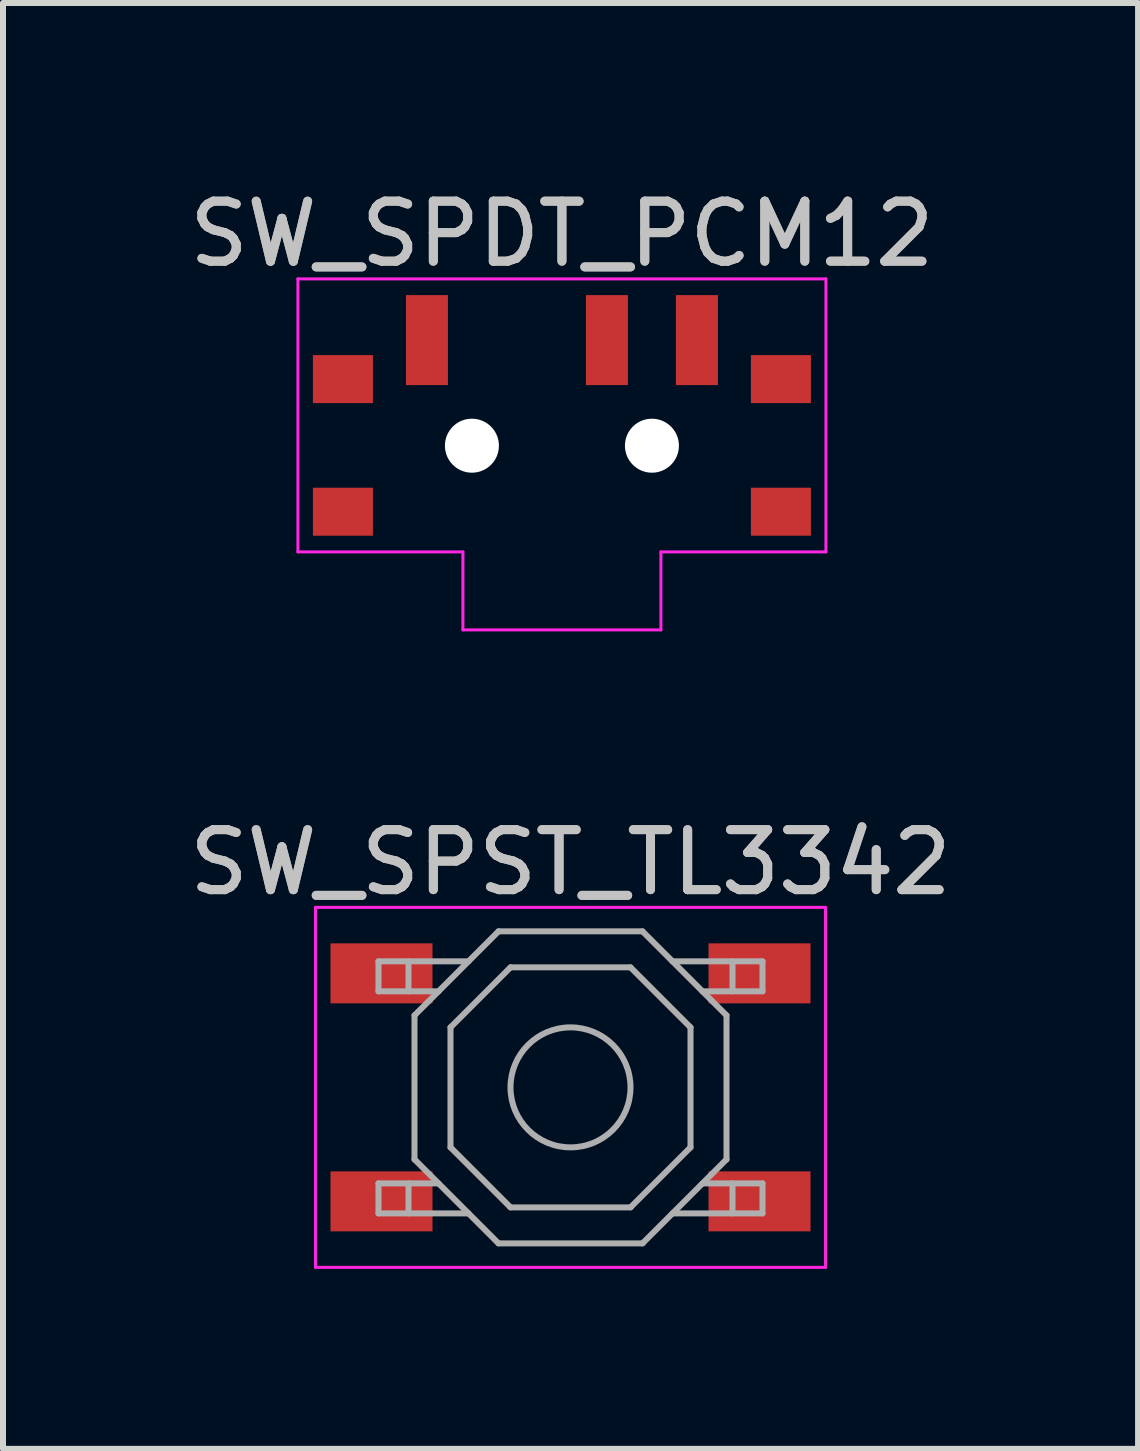
<source format=kicad_pcb>
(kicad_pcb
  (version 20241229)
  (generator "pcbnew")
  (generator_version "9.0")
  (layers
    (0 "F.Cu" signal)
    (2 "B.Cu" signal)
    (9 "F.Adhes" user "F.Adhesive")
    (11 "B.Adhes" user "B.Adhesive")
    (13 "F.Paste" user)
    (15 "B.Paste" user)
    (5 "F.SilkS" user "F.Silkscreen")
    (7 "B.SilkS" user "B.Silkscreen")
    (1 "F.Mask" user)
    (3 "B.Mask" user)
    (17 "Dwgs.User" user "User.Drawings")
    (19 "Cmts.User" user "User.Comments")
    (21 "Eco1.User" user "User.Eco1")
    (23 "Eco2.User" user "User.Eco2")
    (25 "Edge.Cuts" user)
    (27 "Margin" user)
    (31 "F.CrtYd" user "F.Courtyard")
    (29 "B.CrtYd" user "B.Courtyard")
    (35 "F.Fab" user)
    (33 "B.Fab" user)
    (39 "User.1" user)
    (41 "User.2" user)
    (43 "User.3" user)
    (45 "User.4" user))
  (footprint "SW_SPDT_PCM12"
    (layer "F.Cu")
    (at 6.315 4.048)
    (property "Reference" "SW_SPDT_PCM12" (at 0 -3.2 180) (layer "Dwgs.User") (effects (font (size 1 1) (thickness 0.15))))
    (attr smd)
    (fp_line (start -4.4 -2.45) (end 4.4 -2.45) (stroke (width 0.05) (type solid)) (layer "F.CrtYd"))
    (fp_line (start -4.4 2.1) (end -4.4 -2.45) (stroke (width 0.05) (type solid)) (layer "F.CrtYd"))
    (fp_line (start -1.65 2.1) (end -4.4 2.1) (stroke (width 0.05) (type solid)) (layer "F.CrtYd"))
    (fp_line (start -1.65 3.4) (end -1.65 2.1) (stroke (width 0.05) (type solid)) (layer "F.CrtYd"))
    (fp_line (start 1.65 2.1) (end 1.65 3.4) (stroke (width 0.05) (type solid)) (layer "F.CrtYd"))
    (fp_line (start 1.65 3.4) (end -1.65 3.4) (stroke (width 0.05) (type solid)) (layer "F.CrtYd"))
    (fp_line (start 4.4 -2.45) (end 4.4 2.1) (stroke (width 0.05) (type solid)) (layer "F.CrtYd"))
    (fp_line (start 4.4 2.1) (end 1.65 2.1) (stroke (width 0.05) (type solid)) (layer "F.CrtYd"))
    (fp_text user "${REFERENCE}" (at 0 -3.2 180) (layer "F.Fab") (effects (font (size 1 1) (thickness 0.15))))
    (pad "" smd rect (at -3.65 -0.78) (size 1 0.8) (layers "F.Cu" "F.Mask" "F.Paste"))
    (pad "" smd rect (at -3.65 1.43) (size 1 0.8) (layers "F.Cu" "F.Mask" "F.Paste"))
    (pad "" np_thru_hole circle (at -1.5 0.33) (size 0.9 0.9) (drill 0.9) (layers "*.Cu" "*.Mask"))
    (pad "" np_thru_hole circle (at 1.5 0.33) (size 0.9 0.9) (drill 0.9) (layers "*.Cu" "*.Mask"))
    (pad "" smd rect (at 3.65 -0.78) (size 1 0.8) (layers "F.Cu" "F.Mask" "F.Paste"))
    (pad "" smd rect (at 3.65 1.43) (size 1 0.8) (layers "F.Cu" "F.Mask" "F.Paste"))
    (pad "1" smd rect (at -2.25 -1.43) (size 0.7 1.5) (layers "F.Cu" "F.Mask" "F.Paste"))
    (pad "2" smd rect (at 0.75 -1.43) (size 0.7 1.5) (layers "F.Cu" "F.Mask" "F.Paste"))
    (pad "3" smd rect (at 2.25 -1.43) (size 0.7 1.5) (layers "F.Cu" "F.Mask" "F.Paste")))
  (footprint "SW_SPST_TL3342"
    (layer "F.Cu")
    (at 6.458 15.072)
    (property "Reference" "SW_SPST_TL3342" (at 0 -3.75 0) (layer "Dwgs.User") (effects (font (size 1 1) (thickness 0.15))))
    (attr smd)
    (fp_line (start -4.25 -3) (end 4.25 -3) (stroke (width 0.05) (type solid)) (layer "F.CrtYd"))
    (fp_line (start -4.25 3) (end -4.25 -3) (stroke (width 0.05) (type solid)) (layer "F.CrtYd"))
    (fp_line (start 4.25 -3) (end 4.25 3) (stroke (width 0.05) (type solid)) (layer "F.CrtYd"))
    (fp_line (start 4.25 3) (end -4.25 3) (stroke (width 0.05) (type solid)) (layer "F.CrtYd"))
    (fp_line (start -3.2 -2.1) (end -3.2 -1.6) (stroke (width 0.1) (type solid)) (layer "F.Fab"))
    (fp_line (start -3.2 -1.6) (end -2.2 -1.6) (stroke (width 0.1) (type solid)) (layer "F.Fab"))
    (fp_line (start -3.2 1.6) (end -2.2 1.6) (stroke (width 0.1) (type solid)) (layer "F.Fab"))
    (fp_line (start -3.2 2.1) (end -3.2 1.6) (stroke (width 0.1) (type solid)) (layer "F.Fab"))
    (fp_line (start -2.7 -2.1) (end -2.7 -1.6) (stroke (width 0.1) (type solid)) (layer "F.Fab"))
    (fp_line (start -2.7 2.1) (end -2.7 1.6) (stroke (width 0.1) (type solid)) (layer "F.Fab"))
    (fp_line (start -2.6 -1.2) (end -2.6 1.2) (stroke (width 0.1) (type solid)) (layer "F.Fab"))
    (fp_line (start -2.6 1.2) (end -1.2 2.6) (stroke (width 0.1) (type solid)) (layer "F.Fab"))
    (fp_line (start -2 -1) (end -1 -2) (stroke (width 0.1) (type solid)) (layer "F.Fab"))
    (fp_line (start -2 1) (end -2 -1) (stroke (width 0.1) (type solid)) (layer "F.Fab"))
    (fp_line (start -1.7 -2.1) (end -3.2 -2.1) (stroke (width 0.1) (type solid)) (layer "F.Fab"))
    (fp_line (start -1.7 2.1) (end -3.2 2.1) (stroke (width 0.1) (type solid)) (layer "F.Fab"))
    (fp_line (start -1.2 -2.6) (end -2.6 -1.2) (stroke (width 0.1) (type solid)) (layer "F.Fab"))
    (fp_line (start -1.2 2.6) (end 1.2 2.6) (stroke (width 0.1) (type solid)) (layer "F.Fab"))
    (fp_line (start -1 -2) (end 1 -2) (stroke (width 0.1) (type solid)) (layer "F.Fab"))
    (fp_line (start -1 2) (end -2 1) (stroke (width 0.1) (type solid)) (layer "F.Fab"))
    (fp_line (start 1 -2) (end 2 -1) (stroke (width 0.1) (type solid)) (layer "F.Fab"))
    (fp_line (start 1 2) (end -1 2) (stroke (width 0.1) (type solid)) (layer "F.Fab"))
    (fp_line (start 1.2 -2.6) (end -1.2 -2.6) (stroke (width 0.1) (type solid)) (layer "F.Fab"))
    (fp_line (start 1.2 2.6) (end 2.6 1.2) (stroke (width 0.1) (type solid)) (layer "F.Fab"))
    (fp_line (start 1.7 -2.1) (end 3.2 -2.1) (stroke (width 0.1) (type solid)) (layer "F.Fab"))
    (fp_line (start 1.7 2.1) (end 3.2 2.1) (stroke (width 0.1) (type solid)) (layer "F.Fab"))
    (fp_line (start 2 -1) (end 2 1) (stroke (width 0.1) (type solid)) (layer "F.Fab"))
    (fp_line (start 2 1) (end 1 2) (stroke (width 0.1) (type solid)) (layer "F.Fab"))
    (fp_line (start 2.6 -1.2) (end 1.2 -2.6) (stroke (width 0.1) (type solid)) (layer "F.Fab"))
    (fp_line (start 2.6 1.2) (end 2.6 -1.2) (stroke (width 0.1) (type solid)) (layer "F.Fab"))
    (fp_line (start 2.7 -2.1) (end 2.7 -1.6) (stroke (width 0.1) (type solid)) (layer "F.Fab"))
    (fp_line (start 2.7 2.1) (end 2.7 1.6) (stroke (width 0.1) (type solid)) (layer "F.Fab"))
    (fp_line (start 3.2 -2.1) (end 3.2 -1.6) (stroke (width 0.1) (type solid)) (layer "F.Fab"))
    (fp_line (start 3.2 -1.6) (end 2.2 -1.6) (stroke (width 0.1) (type solid)) (layer "F.Fab"))
    (fp_line (start 3.2 1.6) (end 2.2 1.6) (stroke (width 0.1) (type solid)) (layer "F.Fab"))
    (fp_line (start 3.2 2.1) (end 3.2 1.6) (stroke (width 0.1) (type solid)) (layer "F.Fab"))
    (fp_circle (center 0 0) (end 1 0) (stroke (width 0.1) (type solid)) (fill no) (layer "F.Fab"))
    (fp_text user "${REFERENCE}" (at 0 -3.75 0) (layer "F.Fab") (effects (font (size 1 1) (thickness 0.15))))
    (pad "1" smd rect (at -3.15 -1.9) (size 1.7 1) (layers "F.Cu" "F.Mask" "F.Paste"))
    (pad "1" smd rect (at 3.15 -1.9) (size 1.7 1) (layers "F.Cu" "F.Mask" "F.Paste"))
    (pad "2" smd rect (at -3.15 1.9) (size 1.7 1) (layers "F.Cu" "F.Mask" "F.Paste"))
    (pad "2" smd rect (at 3.15 1.9) (size 1.7 1) (layers "F.Cu" "F.Mask" "F.Paste")))
  (gr_rect
    (start -3 -3)
    (end 15.917 21.097)
    (stroke (width 0.1) (type default))
    (fill no)
    (layer "Edge.Cuts")))
</source>
